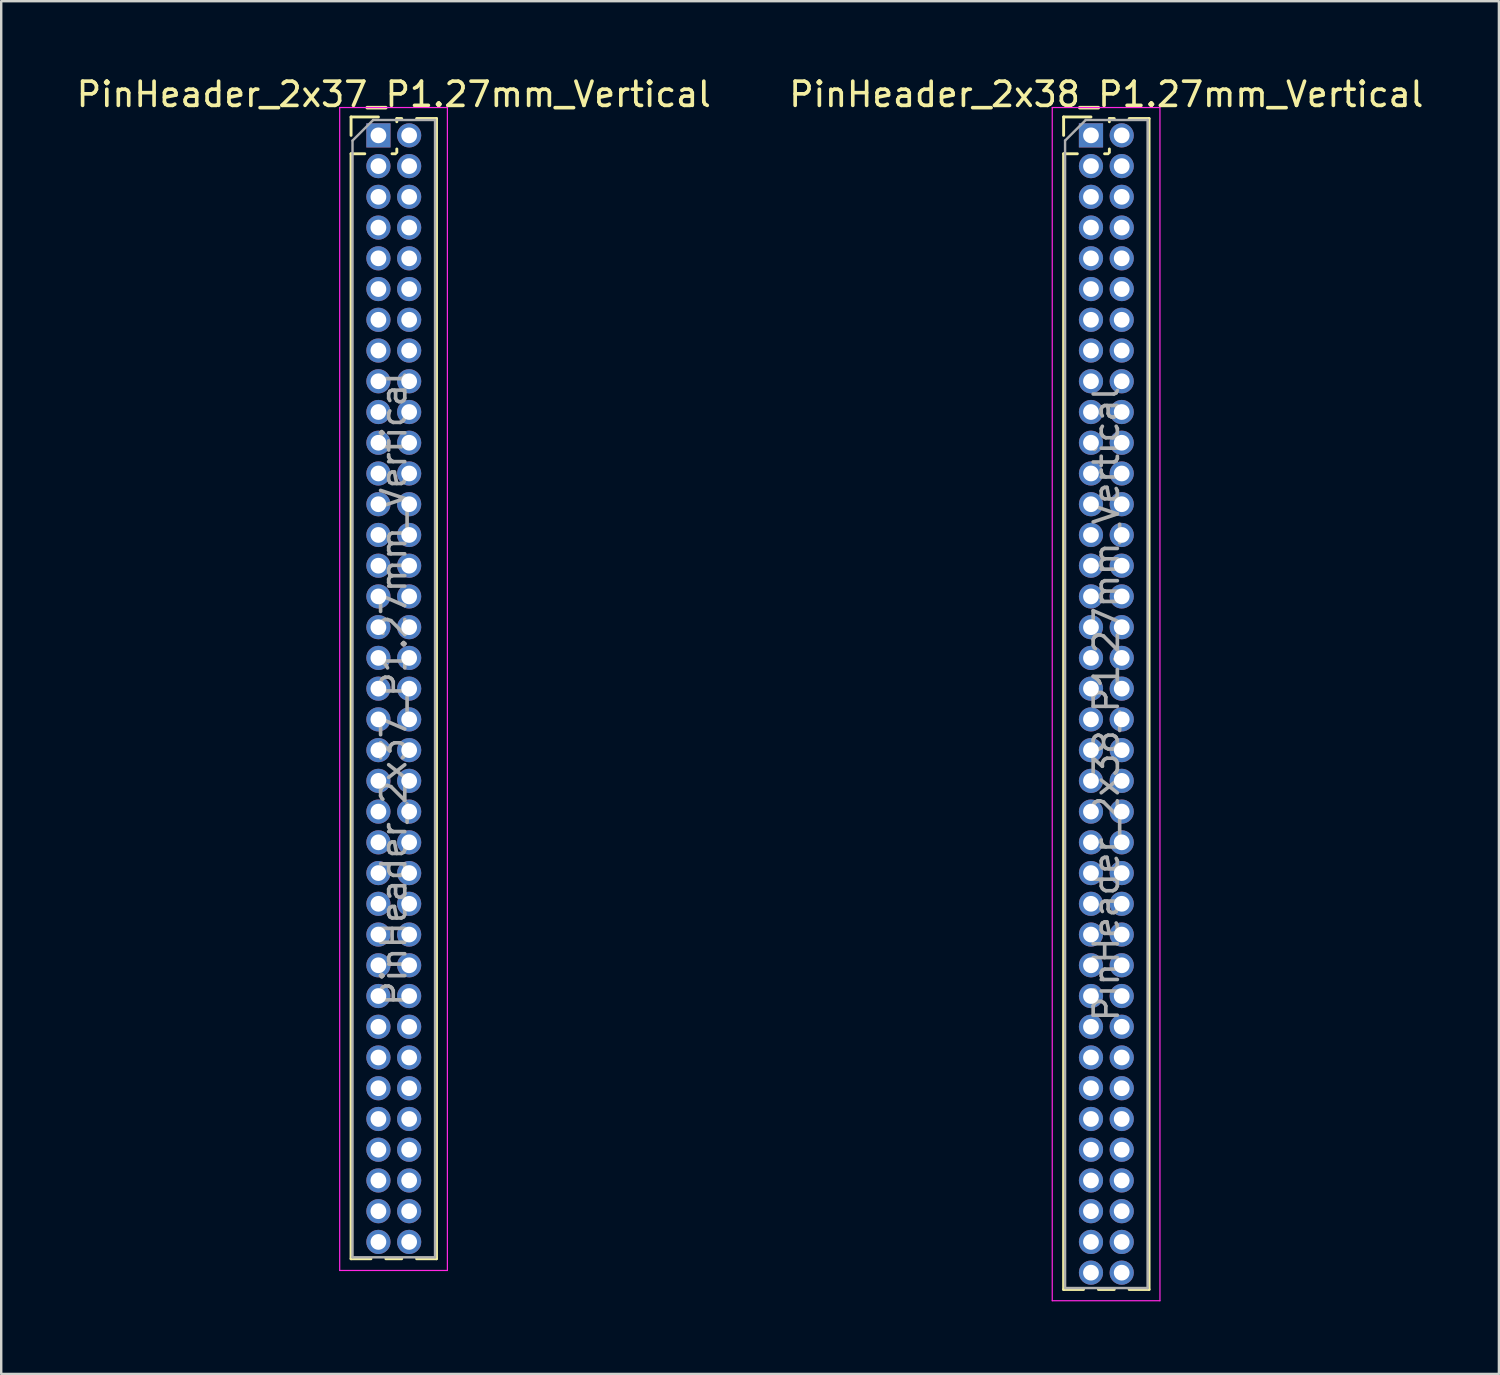
<source format=kicad_pcb>
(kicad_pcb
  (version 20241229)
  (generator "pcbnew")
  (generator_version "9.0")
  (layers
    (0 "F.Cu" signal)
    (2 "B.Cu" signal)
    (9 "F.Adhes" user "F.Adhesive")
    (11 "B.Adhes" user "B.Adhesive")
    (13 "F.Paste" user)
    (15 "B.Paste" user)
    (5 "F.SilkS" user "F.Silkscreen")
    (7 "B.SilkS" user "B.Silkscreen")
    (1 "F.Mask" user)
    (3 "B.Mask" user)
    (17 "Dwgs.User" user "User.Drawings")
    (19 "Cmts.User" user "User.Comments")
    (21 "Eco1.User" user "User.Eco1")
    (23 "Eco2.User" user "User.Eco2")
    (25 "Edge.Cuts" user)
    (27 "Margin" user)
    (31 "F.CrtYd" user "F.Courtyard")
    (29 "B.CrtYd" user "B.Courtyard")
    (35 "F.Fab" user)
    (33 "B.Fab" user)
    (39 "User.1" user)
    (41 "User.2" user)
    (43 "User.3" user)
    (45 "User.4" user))
  (footprint "PinHeader_2x37_P1.27mm_Vertical"
    (layer "F.Cu")
    (at 12.585 2.543)
    (property "Reference" "PinHeader_2x37_P1.27mm_Vertical" (at 0.635 -1.695 0) (layer "F.SilkS") (effects (font (size 1 1) (thickness 0.15))))
    (attr through_hole)
    (fp_line (start -1.13 -0.76) (end 0 -0.76) (stroke (width 0.12) (type solid)) (layer "F.SilkS"))
    (fp_line (start -1.13 0) (end -1.13 -0.76) (stroke (width 0.12) (type solid)) (layer "F.SilkS"))
    (fp_line (start -1.13 0.76) (end -1.13 46.415) (stroke (width 0.12) (type solid)) (layer "F.SilkS"))
    (fp_line (start -1.13 0.76) (end -0.563 0.76) (stroke (width 0.12) (type solid)) (layer "F.SilkS"))
    (fp_line (start -1.13 46.415) (end -0.308 46.415) (stroke (width 0.12) (type solid)) (layer "F.SilkS"))
    (fp_line (start 0.308 46.415) (end 0.962 46.415) (stroke (width 0.12) (type solid)) (layer "F.SilkS"))
    (fp_line (start 0.563 0.76) (end 0.707 0.76) (stroke (width 0.12) (type solid)) (layer "F.SilkS"))
    (fp_line (start 0.76 -0.695) (end 0.962 -0.695) (stroke (width 0.12) (type solid)) (layer "F.SilkS"))
    (fp_line (start 0.76 -0.563) (end 0.76 -0.695) (stroke (width 0.12) (type solid)) (layer "F.SilkS"))
    (fp_line (start 0.76 0.707) (end 0.76 0.563) (stroke (width 0.12) (type solid)) (layer "F.SilkS"))
    (fp_line (start 1.578 -0.695) (end 2.4 -0.695) (stroke (width 0.12) (type solid)) (layer "F.SilkS"))
    (fp_line (start 1.578 46.415) (end 2.4 46.415) (stroke (width 0.12) (type solid)) (layer "F.SilkS"))
    (fp_line (start 2.4 -0.695) (end 2.4 46.415) (stroke (width 0.12) (type solid)) (layer "F.SilkS"))
    (fp_line (start -1.6 -1.15) (end -1.6 46.9) (stroke (width 0.05) (type solid)) (layer "F.CrtYd"))
    (fp_line (start -1.6 46.9) (end 2.85 46.9) (stroke (width 0.05) (type solid)) (layer "F.CrtYd"))
    (fp_line (start 2.85 -1.15) (end -1.6 -1.15) (stroke (width 0.05) (type solid)) (layer "F.CrtYd"))
    (fp_line (start 2.85 46.9) (end 2.85 -1.15) (stroke (width 0.05) (type solid)) (layer "F.CrtYd"))
    (fp_line (start -1.07 0.217) (end -0.217 -0.635) (stroke (width 0.1) (type solid)) (layer "F.Fab"))
    (fp_line (start -1.07 46.355) (end -1.07 0.217) (stroke (width 0.1) (type solid)) (layer "F.Fab"))
    (fp_line (start -0.217 -0.635) (end 2.34 -0.635) (stroke (width 0.1) (type solid)) (layer "F.Fab"))
    (fp_line (start 2.34 -0.635) (end 2.34 46.355) (stroke (width 0.1) (type solid)) (layer "F.Fab"))
    (fp_line (start 2.34 46.355) (end -1.07 46.355) (stroke (width 0.1) (type solid)) (layer "F.Fab"))
    (fp_text user "${REFERENCE}" (at 0.635 22.86 90) (layer "F.Fab") (effects (font (size 1 1) (thickness 0.15))))
    (pad "1" thru_hole rect (at 0 0) (size 1 1) (drill 0.65) (layers "*.Cu" "*.Mask"))
    (pad "2" thru_hole oval (at 1.27 0) (size 1 1) (drill 0.65) (layers "*.Cu" "*.Mask"))
    (pad "3" thru_hole oval (at 0 1.27) (size 1 1) (drill 0.65) (layers "*.Cu" "*.Mask"))
    (pad "4" thru_hole oval (at 1.27 1.27) (size 1 1) (drill 0.65) (layers "*.Cu" "*.Mask"))
    (pad "5" thru_hole oval (at 0 2.54) (size 1 1) (drill 0.65) (layers "*.Cu" "*.Mask"))
    (pad "6" thru_hole oval (at 1.27 2.54) (size 1 1) (drill 0.65) (layers "*.Cu" "*.Mask"))
    (pad "7" thru_hole oval (at 0 3.81) (size 1 1) (drill 0.65) (layers "*.Cu" "*.Mask"))
    (pad "8" thru_hole oval (at 1.27 3.81) (size 1 1) (drill 0.65) (layers "*.Cu" "*.Mask"))
    (pad "9" thru_hole oval (at 0 5.08) (size 1 1) (drill 0.65) (layers "*.Cu" "*.Mask"))
    (pad "10" thru_hole oval (at 1.27 5.08) (size 1 1) (drill 0.65) (layers "*.Cu" "*.Mask"))
    (pad "11" thru_hole oval (at 0 6.35) (size 1 1) (drill 0.65) (layers "*.Cu" "*.Mask"))
    (pad "12" thru_hole oval (at 1.27 6.35) (size 1 1) (drill 0.65) (layers "*.Cu" "*.Mask"))
    (pad "13" thru_hole oval (at 0 7.62) (size 1 1) (drill 0.65) (layers "*.Cu" "*.Mask"))
    (pad "14" thru_hole oval (at 1.27 7.62) (size 1 1) (drill 0.65) (layers "*.Cu" "*.Mask"))
    (pad "15" thru_hole oval (at 0 8.89) (size 1 1) (drill 0.65) (layers "*.Cu" "*.Mask"))
    (pad "16" thru_hole oval (at 1.27 8.89) (size 1 1) (drill 0.65) (layers "*.Cu" "*.Mask"))
    (pad "17" thru_hole oval (at 0 10.16) (size 1 1) (drill 0.65) (layers "*.Cu" "*.Mask"))
    (pad "18" thru_hole oval (at 1.27 10.16) (size 1 1) (drill 0.65) (layers "*.Cu" "*.Mask"))
    (pad "19" thru_hole oval (at 0 11.43) (size 1 1) (drill 0.65) (layers "*.Cu" "*.Mask"))
    (pad "20" thru_hole oval (at 1.27 11.43) (size 1 1) (drill 0.65) (layers "*.Cu" "*.Mask"))
    (pad "21" thru_hole oval (at 0 12.7) (size 1 1) (drill 0.65) (layers "*.Cu" "*.Mask"))
    (pad "22" thru_hole oval (at 1.27 12.7) (size 1 1) (drill 0.65) (layers "*.Cu" "*.Mask"))
    (pad "23" thru_hole oval (at 0 13.97) (size 1 1) (drill 0.65) (layers "*.Cu" "*.Mask"))
    (pad "24" thru_hole oval (at 1.27 13.97) (size 1 1) (drill 0.65) (layers "*.Cu" "*.Mask"))
    (pad "25" thru_hole oval (at 0 15.24) (size 1 1) (drill 0.65) (layers "*.Cu" "*.Mask"))
    (pad "26" thru_hole oval (at 1.27 15.24) (size 1 1) (drill 0.65) (layers "*.Cu" "*.Mask"))
    (pad "27" thru_hole oval (at 0 16.51) (size 1 1) (drill 0.65) (layers "*.Cu" "*.Mask"))
    (pad "28" thru_hole oval (at 1.27 16.51) (size 1 1) (drill 0.65) (layers "*.Cu" "*.Mask"))
    (pad "29" thru_hole oval (at 0 17.78) (size 1 1) (drill 0.65) (layers "*.Cu" "*.Mask"))
    (pad "30" thru_hole oval (at 1.27 17.78) (size 1 1) (drill 0.65) (layers "*.Cu" "*.Mask"))
    (pad "31" thru_hole oval (at 0 19.05) (size 1 1) (drill 0.65) (layers "*.Cu" "*.Mask"))
    (pad "32" thru_hole oval (at 1.27 19.05) (size 1 1) (drill 0.65) (layers "*.Cu" "*.Mask"))
    (pad "33" thru_hole oval (at 0 20.32) (size 1 1) (drill 0.65) (layers "*.Cu" "*.Mask"))
    (pad "34" thru_hole oval (at 1.27 20.32) (size 1 1) (drill 0.65) (layers "*.Cu" "*.Mask"))
    (pad "35" thru_hole oval (at 0 21.59) (size 1 1) (drill 0.65) (layers "*.Cu" "*.Mask"))
    (pad "36" thru_hole oval (at 1.27 21.59) (size 1 1) (drill 0.65) (layers "*.Cu" "*.Mask"))
    (pad "37" thru_hole oval (at 0 22.86) (size 1 1) (drill 0.65) (layers "*.Cu" "*.Mask"))
    (pad "38" thru_hole oval (at 1.27 22.86) (size 1 1) (drill 0.65) (layers "*.Cu" "*.Mask"))
    (pad "39" thru_hole oval (at 0 24.13) (size 1 1) (drill 0.65) (layers "*.Cu" "*.Mask"))
    (pad "40" thru_hole oval (at 1.27 24.13) (size 1 1) (drill 0.65) (layers "*.Cu" "*.Mask"))
    (pad "41" thru_hole oval (at 0 25.4) (size 1 1) (drill 0.65) (layers "*.Cu" "*.Mask"))
    (pad "42" thru_hole oval (at 1.27 25.4) (size 1 1) (drill 0.65) (layers "*.Cu" "*.Mask"))
    (pad "43" thru_hole oval (at 0 26.67) (size 1 1) (drill 0.65) (layers "*.Cu" "*.Mask"))
    (pad "44" thru_hole oval (at 1.27 26.67) (size 1 1) (drill 0.65) (layers "*.Cu" "*.Mask"))
    (pad "45" thru_hole oval (at 0 27.94) (size 1 1) (drill 0.65) (layers "*.Cu" "*.Mask"))
    (pad "46" thru_hole oval (at 1.27 27.94) (size 1 1) (drill 0.65) (layers "*.Cu" "*.Mask"))
    (pad "47" thru_hole oval (at 0 29.21) (size 1 1) (drill 0.65) (layers "*.Cu" "*.Mask"))
    (pad "48" thru_hole oval (at 1.27 29.21) (size 1 1) (drill 0.65) (layers "*.Cu" "*.Mask"))
    (pad "49" thru_hole oval (at 0 30.48) (size 1 1) (drill 0.65) (layers "*.Cu" "*.Mask"))
    (pad "50" thru_hole oval (at 1.27 30.48) (size 1 1) (drill 0.65) (layers "*.Cu" "*.Mask"))
    (pad "51" thru_hole oval (at 0 31.75) (size 1 1) (drill 0.65) (layers "*.Cu" "*.Mask"))
    (pad "52" thru_hole oval (at 1.27 31.75) (size 1 1) (drill 0.65) (layers "*.Cu" "*.Mask"))
    (pad "53" thru_hole oval (at 0 33.02) (size 1 1) (drill 0.65) (layers "*.Cu" "*.Mask"))
    (pad "54" thru_hole oval (at 1.27 33.02) (size 1 1) (drill 0.65) (layers "*.Cu" "*.Mask"))
    (pad "55" thru_hole oval (at 0 34.29) (size 1 1) (drill 0.65) (layers "*.Cu" "*.Mask"))
    (pad "56" thru_hole oval (at 1.27 34.29) (size 1 1) (drill 0.65) (layers "*.Cu" "*.Mask"))
    (pad "57" thru_hole oval (at 0 35.56) (size 1 1) (drill 0.65) (layers "*.Cu" "*.Mask"))
    (pad "58" thru_hole oval (at 1.27 35.56) (size 1 1) (drill 0.65) (layers "*.Cu" "*.Mask"))
    (pad "59" thru_hole oval (at 0 36.83) (size 1 1) (drill 0.65) (layers "*.Cu" "*.Mask"))
    (pad "60" thru_hole oval (at 1.27 36.83) (size 1 1) (drill 0.65) (layers "*.Cu" "*.Mask"))
    (pad "61" thru_hole oval (at 0 38.1) (size 1 1) (drill 0.65) (layers "*.Cu" "*.Mask"))
    (pad "62" thru_hole oval (at 1.27 38.1) (size 1 1) (drill 0.65) (layers "*.Cu" "*.Mask"))
    (pad "63" thru_hole oval (at 0 39.37) (size 1 1) (drill 0.65) (layers "*.Cu" "*.Mask"))
    (pad "64" thru_hole oval (at 1.27 39.37) (size 1 1) (drill 0.65) (layers "*.Cu" "*.Mask"))
    (pad "65" thru_hole oval (at 0 40.64) (size 1 1) (drill 0.65) (layers "*.Cu" "*.Mask"))
    (pad "66" thru_hole oval (at 1.27 40.64) (size 1 1) (drill 0.65) (layers "*.Cu" "*.Mask"))
    (pad "67" thru_hole oval (at 0 41.91) (size 1 1) (drill 0.65) (layers "*.Cu" "*.Mask"))
    (pad "68" thru_hole oval (at 1.27 41.91) (size 1 1) (drill 0.65) (layers "*.Cu" "*.Mask"))
    (pad "69" thru_hole oval (at 0 43.18) (size 1 1) (drill 0.65) (layers "*.Cu" "*.Mask"))
    (pad "70" thru_hole oval (at 1.27 43.18) (size 1 1) (drill 0.65) (layers "*.Cu" "*.Mask"))
    (pad "71" thru_hole oval (at 0 44.45) (size 1 1) (drill 0.65) (layers "*.Cu" "*.Mask"))
    (pad "72" thru_hole oval (at 1.27 44.45) (size 1 1) (drill 0.65) (layers "*.Cu" "*.Mask"))
    (pad "73" thru_hole oval (at 0 45.72) (size 1 1) (drill 0.65) (layers "*.Cu" "*.Mask"))
    (pad "74" thru_hole oval (at 1.27 45.72) (size 1 1) (drill 0.65) (layers "*.Cu" "*.Mask")))
  (footprint "PinHeader_2x38_P1.27mm_Vertical"
    (layer "F.Cu")
    (at 42.026 2.543)
    (property "Reference" "PinHeader_2x38_P1.27mm_Vertical" (at 0.635 -1.695 0) (layer "F.SilkS") (effects (font (size 1 1) (thickness 0.15))))
    (attr through_hole)
    (fp_line (start -1.13 -0.76) (end 0 -0.76) (stroke (width 0.12) (type solid)) (layer "F.SilkS"))
    (fp_line (start -1.13 0) (end -1.13 -0.76) (stroke (width 0.12) (type solid)) (layer "F.SilkS"))
    (fp_line (start -1.13 0.76) (end -1.13 47.685) (stroke (width 0.12) (type solid)) (layer "F.SilkS"))
    (fp_line (start -1.13 0.76) (end -0.563 0.76) (stroke (width 0.12) (type solid)) (layer "F.SilkS"))
    (fp_line (start -1.13 47.685) (end -0.308 47.685) (stroke (width 0.12) (type solid)) (layer "F.SilkS"))
    (fp_line (start 0.308 47.685) (end 0.962 47.685) (stroke (width 0.12) (type solid)) (layer "F.SilkS"))
    (fp_line (start 0.563 0.76) (end 0.707 0.76) (stroke (width 0.12) (type solid)) (layer "F.SilkS"))
    (fp_line (start 0.76 -0.695) (end 0.962 -0.695) (stroke (width 0.12) (type solid)) (layer "F.SilkS"))
    (fp_line (start 0.76 -0.563) (end 0.76 -0.695) (stroke (width 0.12) (type solid)) (layer "F.SilkS"))
    (fp_line (start 0.76 0.707) (end 0.76 0.563) (stroke (width 0.12) (type solid)) (layer "F.SilkS"))
    (fp_line (start 1.578 -0.695) (end 2.4 -0.695) (stroke (width 0.12) (type solid)) (layer "F.SilkS"))
    (fp_line (start 1.578 47.685) (end 2.4 47.685) (stroke (width 0.12) (type solid)) (layer "F.SilkS"))
    (fp_line (start 2.4 -0.695) (end 2.4 47.685) (stroke (width 0.12) (type solid)) (layer "F.SilkS"))
    (fp_line (start -1.6 -1.15) (end -1.6 48.15) (stroke (width 0.05) (type solid)) (layer "F.CrtYd"))
    (fp_line (start -1.6 48.15) (end 2.85 48.15) (stroke (width 0.05) (type solid)) (layer "F.CrtYd"))
    (fp_line (start 2.85 -1.15) (end -1.6 -1.15) (stroke (width 0.05) (type solid)) (layer "F.CrtYd"))
    (fp_line (start 2.85 48.15) (end 2.85 -1.15) (stroke (width 0.05) (type solid)) (layer "F.CrtYd"))
    (fp_line (start -1.07 0.217) (end -0.217 -0.635) (stroke (width 0.1) (type solid)) (layer "F.Fab"))
    (fp_line (start -1.07 47.625) (end -1.07 0.217) (stroke (width 0.1) (type solid)) (layer "F.Fab"))
    (fp_line (start -0.217 -0.635) (end 2.34 -0.635) (stroke (width 0.1) (type solid)) (layer "F.Fab"))
    (fp_line (start 2.34 -0.635) (end 2.34 47.625) (stroke (width 0.1) (type solid)) (layer "F.Fab"))
    (fp_line (start 2.34 47.625) (end -1.07 47.625) (stroke (width 0.1) (type solid)) (layer "F.Fab"))
    (fp_text user "${REFERENCE}" (at 0.635 23.495 90) (layer "F.Fab") (effects (font (size 1 1) (thickness 0.15))))
    (pad "1" thru_hole rect (at 0 0) (size 1 1) (drill 0.65) (layers "*.Cu" "*.Mask"))
    (pad "2" thru_hole oval (at 1.27 0) (size 1 1) (drill 0.65) (layers "*.Cu" "*.Mask"))
    (pad "3" thru_hole oval (at 0 1.27) (size 1 1) (drill 0.65) (layers "*.Cu" "*.Mask"))
    (pad "4" thru_hole oval (at 1.27 1.27) (size 1 1) (drill 0.65) (layers "*.Cu" "*.Mask"))
    (pad "5" thru_hole oval (at 0 2.54) (size 1 1) (drill 0.65) (layers "*.Cu" "*.Mask"))
    (pad "6" thru_hole oval (at 1.27 2.54) (size 1 1) (drill 0.65) (layers "*.Cu" "*.Mask"))
    (pad "7" thru_hole oval (at 0 3.81) (size 1 1) (drill 0.65) (layers "*.Cu" "*.Mask"))
    (pad "8" thru_hole oval (at 1.27 3.81) (size 1 1) (drill 0.65) (layers "*.Cu" "*.Mask"))
    (pad "9" thru_hole oval (at 0 5.08) (size 1 1) (drill 0.65) (layers "*.Cu" "*.Mask"))
    (pad "10" thru_hole oval (at 1.27 5.08) (size 1 1) (drill 0.65) (layers "*.Cu" "*.Mask"))
    (pad "11" thru_hole oval (at 0 6.35) (size 1 1) (drill 0.65) (layers "*.Cu" "*.Mask"))
    (pad "12" thru_hole oval (at 1.27 6.35) (size 1 1) (drill 0.65) (layers "*.Cu" "*.Mask"))
    (pad "13" thru_hole oval (at 0 7.62) (size 1 1) (drill 0.65) (layers "*.Cu" "*.Mask"))
    (pad "14" thru_hole oval (at 1.27 7.62) (size 1 1) (drill 0.65) (layers "*.Cu" "*.Mask"))
    (pad "15" thru_hole oval (at 0 8.89) (size 1 1) (drill 0.65) (layers "*.Cu" "*.Mask"))
    (pad "16" thru_hole oval (at 1.27 8.89) (size 1 1) (drill 0.65) (layers "*.Cu" "*.Mask"))
    (pad "17" thru_hole oval (at 0 10.16) (size 1 1) (drill 0.65) (layers "*.Cu" "*.Mask"))
    (pad "18" thru_hole oval (at 1.27 10.16) (size 1 1) (drill 0.65) (layers "*.Cu" "*.Mask"))
    (pad "19" thru_hole oval (at 0 11.43) (size 1 1) (drill 0.65) (layers "*.Cu" "*.Mask"))
    (pad "20" thru_hole oval (at 1.27 11.43) (size 1 1) (drill 0.65) (layers "*.Cu" "*.Mask"))
    (pad "21" thru_hole oval (at 0 12.7) (size 1 1) (drill 0.65) (layers "*.Cu" "*.Mask"))
    (pad "22" thru_hole oval (at 1.27 12.7) (size 1 1) (drill 0.65) (layers "*.Cu" "*.Mask"))
    (pad "23" thru_hole oval (at 0 13.97) (size 1 1) (drill 0.65) (layers "*.Cu" "*.Mask"))
    (pad "24" thru_hole oval (at 1.27 13.97) (size 1 1) (drill 0.65) (layers "*.Cu" "*.Mask"))
    (pad "25" thru_hole oval (at 0 15.24) (size 1 1) (drill 0.65) (layers "*.Cu" "*.Mask"))
    (pad "26" thru_hole oval (at 1.27 15.24) (size 1 1) (drill 0.65) (layers "*.Cu" "*.Mask"))
    (pad "27" thru_hole oval (at 0 16.51) (size 1 1) (drill 0.65) (layers "*.Cu" "*.Mask"))
    (pad "28" thru_hole oval (at 1.27 16.51) (size 1 1) (drill 0.65) (layers "*.Cu" "*.Mask"))
    (pad "29" thru_hole oval (at 0 17.78) (size 1 1) (drill 0.65) (layers "*.Cu" "*.Mask"))
    (pad "30" thru_hole oval (at 1.27 17.78) (size 1 1) (drill 0.65) (layers "*.Cu" "*.Mask"))
    (pad "31" thru_hole oval (at 0 19.05) (size 1 1) (drill 0.65) (layers "*.Cu" "*.Mask"))
    (pad "32" thru_hole oval (at 1.27 19.05) (size 1 1) (drill 0.65) (layers "*.Cu" "*.Mask"))
    (pad "33" thru_hole oval (at 0 20.32) (size 1 1) (drill 0.65) (layers "*.Cu" "*.Mask"))
    (pad "34" thru_hole oval (at 1.27 20.32) (size 1 1) (drill 0.65) (layers "*.Cu" "*.Mask"))
    (pad "35" thru_hole oval (at 0 21.59) (size 1 1) (drill 0.65) (layers "*.Cu" "*.Mask"))
    (pad "36" thru_hole oval (at 1.27 21.59) (size 1 1) (drill 0.65) (layers "*.Cu" "*.Mask"))
    (pad "37" thru_hole oval (at 0 22.86) (size 1 1) (drill 0.65) (layers "*.Cu" "*.Mask"))
    (pad "38" thru_hole oval (at 1.27 22.86) (size 1 1) (drill 0.65) (layers "*.Cu" "*.Mask"))
    (pad "39" thru_hole oval (at 0 24.13) (size 1 1) (drill 0.65) (layers "*.Cu" "*.Mask"))
    (pad "40" thru_hole oval (at 1.27 24.13) (size 1 1) (drill 0.65) (layers "*.Cu" "*.Mask"))
    (pad "41" thru_hole oval (at 0 25.4) (size 1 1) (drill 0.65) (layers "*.Cu" "*.Mask"))
    (pad "42" thru_hole oval (at 1.27 25.4) (size 1 1) (drill 0.65) (layers "*.Cu" "*.Mask"))
    (pad "43" thru_hole oval (at 0 26.67) (size 1 1) (drill 0.65) (layers "*.Cu" "*.Mask"))
    (pad "44" thru_hole oval (at 1.27 26.67) (size 1 1) (drill 0.65) (layers "*.Cu" "*.Mask"))
    (pad "45" thru_hole oval (at 0 27.94) (size 1 1) (drill 0.65) (layers "*.Cu" "*.Mask"))
    (pad "46" thru_hole oval (at 1.27 27.94) (size 1 1) (drill 0.65) (layers "*.Cu" "*.Mask"))
    (pad "47" thru_hole oval (at 0 29.21) (size 1 1) (drill 0.65) (layers "*.Cu" "*.Mask"))
    (pad "48" thru_hole oval (at 1.27 29.21) (size 1 1) (drill 0.65) (layers "*.Cu" "*.Mask"))
    (pad "49" thru_hole oval (at 0 30.48) (size 1 1) (drill 0.65) (layers "*.Cu" "*.Mask"))
    (pad "50" thru_hole oval (at 1.27 30.48) (size 1 1) (drill 0.65) (layers "*.Cu" "*.Mask"))
    (pad "51" thru_hole oval (at 0 31.75) (size 1 1) (drill 0.65) (layers "*.Cu" "*.Mask"))
    (pad "52" thru_hole oval (at 1.27 31.75) (size 1 1) (drill 0.65) (layers "*.Cu" "*.Mask"))
    (pad "53" thru_hole oval (at 0 33.02) (size 1 1) (drill 0.65) (layers "*.Cu" "*.Mask"))
    (pad "54" thru_hole oval (at 1.27 33.02) (size 1 1) (drill 0.65) (layers "*.Cu" "*.Mask"))
    (pad "55" thru_hole oval (at 0 34.29) (size 1 1) (drill 0.65) (layers "*.Cu" "*.Mask"))
    (pad "56" thru_hole oval (at 1.27 34.29) (size 1 1) (drill 0.65) (layers "*.Cu" "*.Mask"))
    (pad "57" thru_hole oval (at 0 35.56) (size 1 1) (drill 0.65) (layers "*.Cu" "*.Mask"))
    (pad "58" thru_hole oval (at 1.27 35.56) (size 1 1) (drill 0.65) (layers "*.Cu" "*.Mask"))
    (pad "59" thru_hole oval (at 0 36.83) (size 1 1) (drill 0.65) (layers "*.Cu" "*.Mask"))
    (pad "60" thru_hole oval (at 1.27 36.83) (size 1 1) (drill 0.65) (layers "*.Cu" "*.Mask"))
    (pad "61" thru_hole oval (at 0 38.1) (size 1 1) (drill 0.65) (layers "*.Cu" "*.Mask"))
    (pad "62" thru_hole oval (at 1.27 38.1) (size 1 1) (drill 0.65) (layers "*.Cu" "*.Mask"))
    (pad "63" thru_hole oval (at 0 39.37) (size 1 1) (drill 0.65) (layers "*.Cu" "*.Mask"))
    (pad "64" thru_hole oval (at 1.27 39.37) (size 1 1) (drill 0.65) (layers "*.Cu" "*.Mask"))
    (pad "65" thru_hole oval (at 0 40.64) (size 1 1) (drill 0.65) (layers "*.Cu" "*.Mask"))
    (pad "66" thru_hole oval (at 1.27 40.64) (size 1 1) (drill 0.65) (layers "*.Cu" "*.Mask"))
    (pad "67" thru_hole oval (at 0 41.91) (size 1 1) (drill 0.65) (layers "*.Cu" "*.Mask"))
    (pad "68" thru_hole oval (at 1.27 41.91) (size 1 1) (drill 0.65) (layers "*.Cu" "*.Mask"))
    (pad "69" thru_hole oval (at 0 43.18) (size 1 1) (drill 0.65) (layers "*.Cu" "*.Mask"))
    (pad "70" thru_hole oval (at 1.27 43.18) (size 1 1) (drill 0.65) (layers "*.Cu" "*.Mask"))
    (pad "71" thru_hole oval (at 0 44.45) (size 1 1) (drill 0.65) (layers "*.Cu" "*.Mask"))
    (pad "72" thru_hole oval (at 1.27 44.45) (size 1 1) (drill 0.65) (layers "*.Cu" "*.Mask"))
    (pad "73" thru_hole oval (at 0 45.72) (size 1 1) (drill 0.65) (layers "*.Cu" "*.Mask"))
    (pad "74" thru_hole oval (at 1.27 45.72) (size 1 1) (drill 0.65) (layers "*.Cu" "*.Mask"))
    (pad "75" thru_hole oval (at 0 46.99) (size 1 1) (drill 0.65) (layers "*.Cu" "*.Mask"))
    (pad "76" thru_hole oval (at 1.27 46.99) (size 1 1) (drill 0.65) (layers "*.Cu" "*.Mask")))
  (gr_rect
    (start -3 -3)
    (end 58.881 53.718)
    (stroke (width 0.1) (type default))
    (fill no)
    (layer "Edge.Cuts")))
</source>
